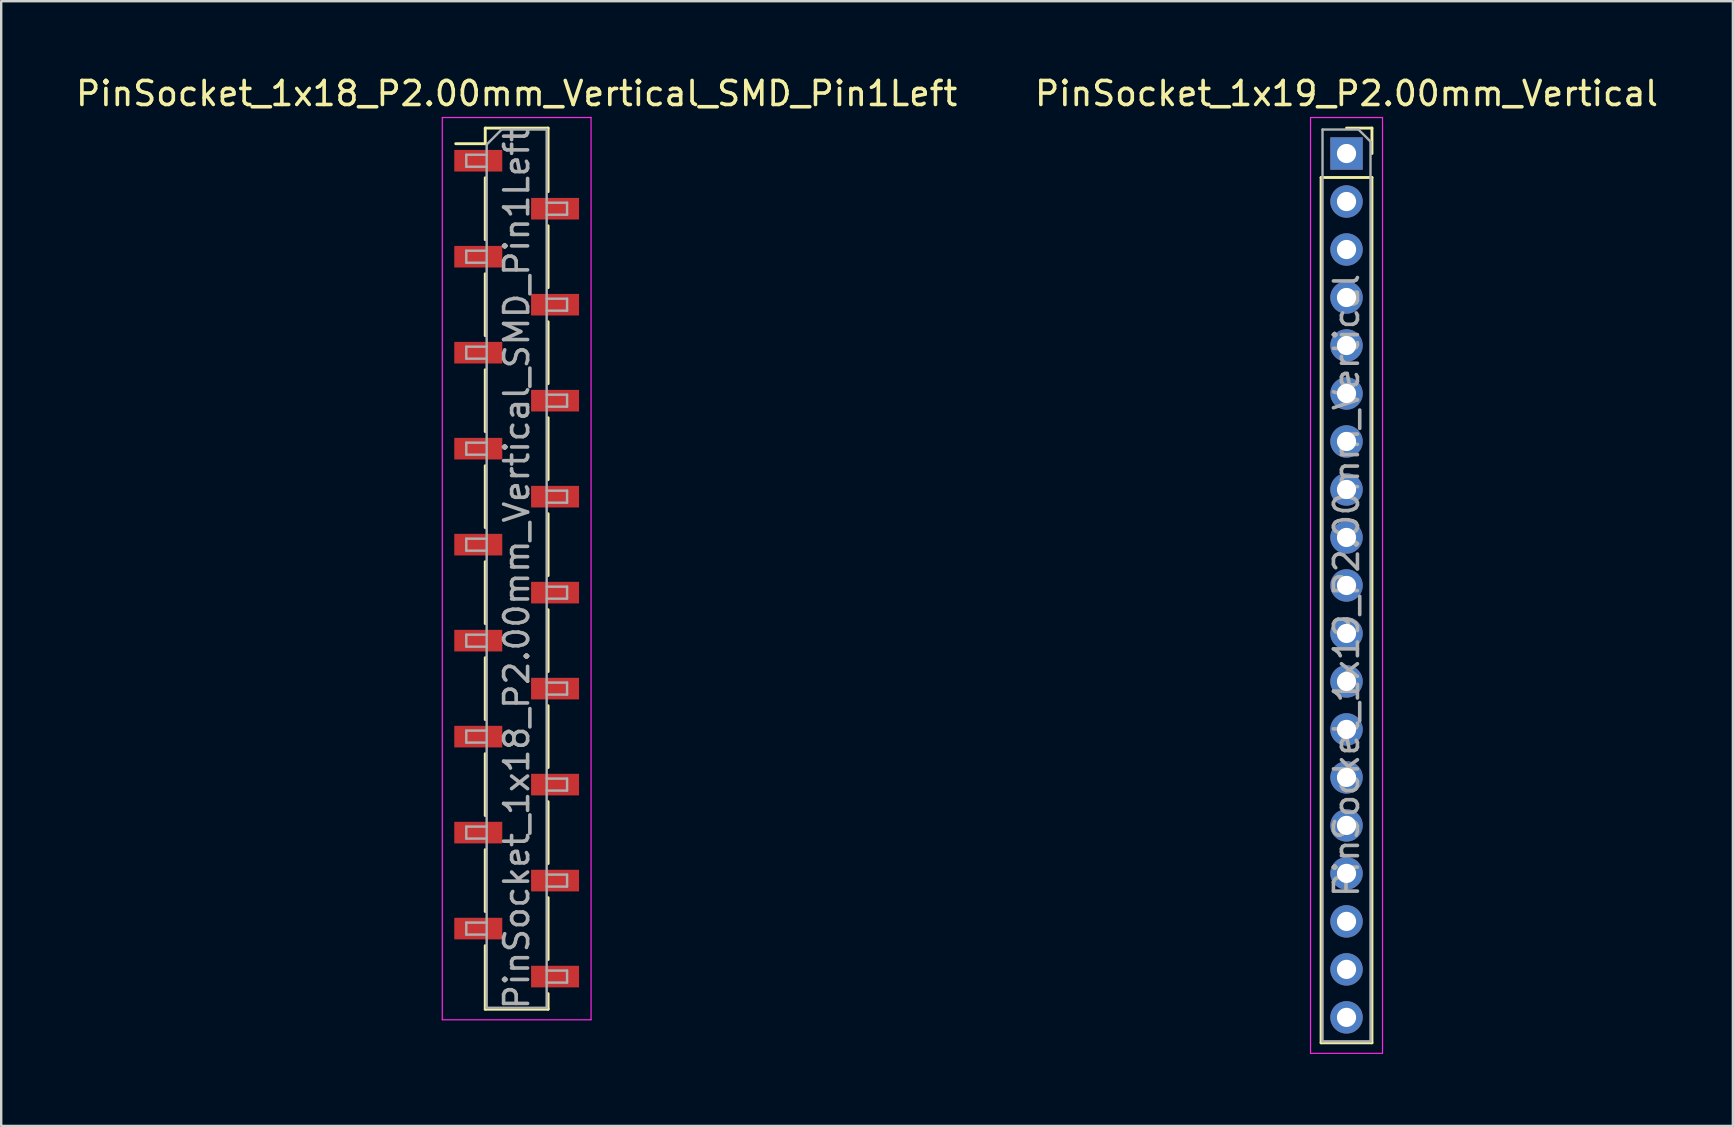
<source format=kicad_pcb>
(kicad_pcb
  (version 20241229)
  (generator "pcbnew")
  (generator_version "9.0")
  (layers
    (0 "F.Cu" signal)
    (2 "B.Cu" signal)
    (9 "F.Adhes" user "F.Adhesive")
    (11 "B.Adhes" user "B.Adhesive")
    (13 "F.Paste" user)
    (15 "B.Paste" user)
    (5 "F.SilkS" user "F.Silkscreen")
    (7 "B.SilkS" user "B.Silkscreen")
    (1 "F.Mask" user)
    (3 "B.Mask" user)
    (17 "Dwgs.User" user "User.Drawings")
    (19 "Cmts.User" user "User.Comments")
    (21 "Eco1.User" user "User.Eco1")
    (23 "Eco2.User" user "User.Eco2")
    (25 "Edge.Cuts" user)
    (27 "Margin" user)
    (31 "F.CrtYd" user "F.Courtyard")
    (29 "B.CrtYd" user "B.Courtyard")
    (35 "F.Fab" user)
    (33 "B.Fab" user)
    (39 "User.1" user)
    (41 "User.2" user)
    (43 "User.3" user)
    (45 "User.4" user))
  (footprint "PinSocket_1x19_P2.00mm_Vertical"
    (layer "F.Cu")
    (at 53.065 3.348)
    (property "Reference" "PinSocket_1x19_P2.00mm_Vertical" (at 0 -2.5 0) (layer "F.SilkS") (effects (font (size 1 1) (thickness 0.15))))
    (attr through_hole)
    (fp_line (start -1.06 1) (end -1.06 37.06) (stroke (width 0.12) (type solid)) (layer "F.SilkS"))
    (fp_line (start -1.06 1) (end 1.06 1) (stroke (width 0.12) (type solid)) (layer "F.SilkS"))
    (fp_line (start -1.06 37.06) (end 1.06 37.06) (stroke (width 0.12) (type solid)) (layer "F.SilkS"))
    (fp_line (start 0 -1.06) (end 1.06 -1.06) (stroke (width 0.12) (type solid)) (layer "F.SilkS"))
    (fp_line (start 1.06 -1.06) (end 1.06 0) (stroke (width 0.12) (type solid)) (layer "F.SilkS"))
    (fp_line (start 1.06 1) (end 1.06 37.06) (stroke (width 0.12) (type solid)) (layer "F.SilkS"))
    (fp_line (start -1.5 -1.5) (end 1.5 -1.5) (stroke (width 0.05) (type solid)) (layer "F.CrtYd"))
    (fp_line (start -1.5 37.5) (end -1.5 -1.5) (stroke (width 0.05) (type solid)) (layer "F.CrtYd"))
    (fp_line (start 1.5 -1.5) (end 1.5 37.5) (stroke (width 0.05) (type solid)) (layer "F.CrtYd"))
    (fp_line (start 1.5 37.5) (end -1.5 37.5) (stroke (width 0.05) (type solid)) (layer "F.CrtYd"))
    (fp_line (start -1 -1) (end 0.5 -1) (stroke (width 0.1) (type solid)) (layer "F.Fab"))
    (fp_line (start -1 37) (end -1 -1) (stroke (width 0.1) (type solid)) (layer "F.Fab"))
    (fp_line (start 0.5 -1) (end 1 -0.5) (stroke (width 0.1) (type solid)) (layer "F.Fab"))
    (fp_line (start 1 -0.5) (end 1 37) (stroke (width 0.1) (type solid)) (layer "F.Fab"))
    (fp_line (start 1 37) (end -1 37) (stroke (width 0.1) (type solid)) (layer "F.Fab"))
    (fp_text user "${REFERENCE}" (at 0 18 90) (layer "F.Fab") (effects (font (size 1 1) (thickness 0.15))))
    (pad "1" thru_hole rect (at 0 0) (size 1.35 1.35) (drill 0.8) (layers "*.Cu" "*.Mask"))
    (pad "2" thru_hole oval (at 0 2) (size 1.35 1.35) (drill 0.8) (layers "*.Cu" "*.Mask"))
    (pad "3" thru_hole oval (at 0 4) (size 1.35 1.35) (drill 0.8) (layers "*.Cu" "*.Mask"))
    (pad "4" thru_hole oval (at 0 6) (size 1.35 1.35) (drill 0.8) (layers "*.Cu" "*.Mask"))
    (pad "5" thru_hole oval (at 0 8) (size 1.35 1.35) (drill 0.8) (layers "*.Cu" "*.Mask"))
    (pad "6" thru_hole oval (at 0 10) (size 1.35 1.35) (drill 0.8) (layers "*.Cu" "*.Mask"))
    (pad "7" thru_hole oval (at 0 12) (size 1.35 1.35) (drill 0.8) (layers "*.Cu" "*.Mask"))
    (pad "8" thru_hole oval (at 0 14) (size 1.35 1.35) (drill 0.8) (layers "*.Cu" "*.Mask"))
    (pad "9" thru_hole oval (at 0 16) (size 1.35 1.35) (drill 0.8) (layers "*.Cu" "*.Mask"))
    (pad "10" thru_hole oval (at 0 18) (size 1.35 1.35) (drill 0.8) (layers "*.Cu" "*.Mask"))
    (pad "11" thru_hole oval (at 0 20) (size 1.35 1.35) (drill 0.8) (layers "*.Cu" "*.Mask"))
    (pad "12" thru_hole oval (at 0 22) (size 1.35 1.35) (drill 0.8) (layers "*.Cu" "*.Mask"))
    (pad "13" thru_hole oval (at 0 24) (size 1.35 1.35) (drill 0.8) (layers "*.Cu" "*.Mask"))
    (pad "14" thru_hole oval (at 0 26) (size 1.35 1.35) (drill 0.8) (layers "*.Cu" "*.Mask"))
    (pad "15" thru_hole oval (at 0 28) (size 1.35 1.35) (drill 0.8) (layers "*.Cu" "*.Mask"))
    (pad "16" thru_hole oval (at 0 30) (size 1.35 1.35) (drill 0.8) (layers "*.Cu" "*.Mask"))
    (pad "17" thru_hole oval (at 0 32) (size 1.35 1.35) (drill 0.8) (layers "*.Cu" "*.Mask"))
    (pad "18" thru_hole oval (at 0 34) (size 1.35 1.35) (drill 0.8) (layers "*.Cu" "*.Mask"))
    (pad "19" thru_hole oval (at 0 36) (size 1.35 1.35) (drill 0.8) (layers "*.Cu" "*.Mask")))
  (footprint "PinSocket_1x18_P2.00mm_Vertical_SMD_Pin1Left"
    (layer "F.Cu")
    (at 18.482 20.648)
    (property "Reference" "PinSocket_1x18_P2.00mm_Vertical_SMD_Pin1Left" (at 0 -19.8 0) (layer "F.SilkS") (effects (font (size 1 1) (thickness 0.15))))
    (attr smd)
    (fp_line (start -2.54 -17.71) (end -1.31 -17.71) (stroke (width 0.12) (type solid)) (layer "F.SilkS"))
    (fp_line (start -1.31 -18.36) (end -1.31 -17.71) (stroke (width 0.12) (type solid)) (layer "F.SilkS"))
    (fp_line (start -1.31 -18.36) (end 1.31 -18.36) (stroke (width 0.12) (type solid)) (layer "F.SilkS"))
    (fp_line (start -1.31 -16.29) (end -1.31 -13.71) (stroke (width 0.12) (type solid)) (layer "F.SilkS"))
    (fp_line (start -1.31 -12.29) (end -1.31 -9.71) (stroke (width 0.12) (type solid)) (layer "F.SilkS"))
    (fp_line (start -1.31 -8.29) (end -1.31 -5.71) (stroke (width 0.12) (type solid)) (layer "F.SilkS"))
    (fp_line (start -1.31 -4.29) (end -1.31 -1.71) (stroke (width 0.12) (type solid)) (layer "F.SilkS"))
    (fp_line (start -1.31 -0.29) (end -1.31 2.29) (stroke (width 0.12) (type solid)) (layer "F.SilkS"))
    (fp_line (start -1.31 3.71) (end -1.31 6.29) (stroke (width 0.12) (type solid)) (layer "F.SilkS"))
    (fp_line (start -1.31 7.71) (end -1.31 10.29) (stroke (width 0.12) (type solid)) (layer "F.SilkS"))
    (fp_line (start -1.31 11.71) (end -1.31 14.29) (stroke (width 0.12) (type solid)) (layer "F.SilkS"))
    (fp_line (start -1.31 15.71) (end -1.31 18.36) (stroke (width 0.12) (type solid)) (layer "F.SilkS"))
    (fp_line (start -1.31 18.36) (end 1.31 18.36) (stroke (width 0.12) (type solid)) (layer "F.SilkS"))
    (fp_line (start 1.31 -18.36) (end 1.31 -15.71) (stroke (width 0.12) (type solid)) (layer "F.SilkS"))
    (fp_line (start 1.31 -14.29) (end 1.31 -11.71) (stroke (width 0.12) (type solid)) (layer "F.SilkS"))
    (fp_line (start 1.31 -10.29) (end 1.31 -7.71) (stroke (width 0.12) (type solid)) (layer "F.SilkS"))
    (fp_line (start 1.31 -6.29) (end 1.31 -3.71) (stroke (width 0.12) (type solid)) (layer "F.SilkS"))
    (fp_line (start 1.31 -2.29) (end 1.31 0.29) (stroke (width 0.12) (type solid)) (layer "F.SilkS"))
    (fp_line (start 1.31 1.71) (end 1.31 4.29) (stroke (width 0.12) (type solid)) (layer "F.SilkS"))
    (fp_line (start 1.31 5.71) (end 1.31 8.29) (stroke (width 0.12) (type solid)) (layer "F.SilkS"))
    (fp_line (start 1.31 9.71) (end 1.31 12.29) (stroke (width 0.12) (type solid)) (layer "F.SilkS"))
    (fp_line (start 1.31 13.71) (end 1.31 16.29) (stroke (width 0.12) (type solid)) (layer "F.SilkS"))
    (fp_line (start 1.31 17.71) (end 1.31 18.36) (stroke (width 0.12) (type solid)) (layer "F.SilkS"))
    (fp_line (start -3.1 -18.8) (end 3.1 -18.8) (stroke (width 0.05) (type solid)) (layer "F.CrtYd"))
    (fp_line (start -3.1 18.8) (end -3.1 -18.8) (stroke (width 0.05) (type solid)) (layer "F.CrtYd"))
    (fp_line (start 3.1 -18.8) (end 3.1 18.8) (stroke (width 0.05) (type solid)) (layer "F.CrtYd"))
    (fp_line (start 3.1 18.8) (end -3.1 18.8) (stroke (width 0.05) (type solid)) (layer "F.CrtYd"))
    (fp_line (start -2.1 -17.25) (end -1.25 -17.25) (stroke (width 0.1) (type solid)) (layer "F.Fab"))
    (fp_line (start -2.1 -16.75) (end -2.1 -17.25) (stroke (width 0.1) (type solid)) (layer "F.Fab"))
    (fp_line (start -2.1 -13.25) (end -1.25 -13.25) (stroke (width 0.1) (type solid)) (layer "F.Fab"))
    (fp_line (start -2.1 -12.75) (end -2.1 -13.25) (stroke (width 0.1) (type solid)) (layer "F.Fab"))
    (fp_line (start -2.1 -9.25) (end -1.25 -9.25) (stroke (width 0.1) (type solid)) (layer "F.Fab"))
    (fp_line (start -2.1 -8.75) (end -2.1 -9.25) (stroke (width 0.1) (type solid)) (layer "F.Fab"))
    (fp_line (start -2.1 -5.25) (end -1.25 -5.25) (stroke (width 0.1) (type solid)) (layer "F.Fab"))
    (fp_line (start -2.1 -4.75) (end -2.1 -5.25) (stroke (width 0.1) (type solid)) (layer "F.Fab"))
    (fp_line (start -2.1 -1.25) (end -1.25 -1.25) (stroke (width 0.1) (type solid)) (layer "F.Fab"))
    (fp_line (start -2.1 -0.75) (end -2.1 -1.25) (stroke (width 0.1) (type solid)) (layer "F.Fab"))
    (fp_line (start -2.1 2.75) (end -1.25 2.75) (stroke (width 0.1) (type solid)) (layer "F.Fab"))
    (fp_line (start -2.1 3.25) (end -2.1 2.75) (stroke (width 0.1) (type solid)) (layer "F.Fab"))
    (fp_line (start -2.1 6.75) (end -1.25 6.75) (stroke (width 0.1) (type solid)) (layer "F.Fab"))
    (fp_line (start -2.1 7.25) (end -2.1 6.75) (stroke (width 0.1) (type solid)) (layer "F.Fab"))
    (fp_line (start -2.1 10.75) (end -1.25 10.75) (stroke (width 0.1) (type solid)) (layer "F.Fab"))
    (fp_line (start -2.1 11.25) (end -2.1 10.75) (stroke (width 0.1) (type solid)) (layer "F.Fab"))
    (fp_line (start -2.1 14.75) (end -1.25 14.75) (stroke (width 0.1) (type solid)) (layer "F.Fab"))
    (fp_line (start -2.1 15.25) (end -2.1 14.75) (stroke (width 0.1) (type solid)) (layer "F.Fab"))
    (fp_line (start -1.25 -17.675) (end -0.625 -18.3) (stroke (width 0.1) (type solid)) (layer "F.Fab"))
    (fp_line (start -1.25 -16.75) (end -2.1 -16.75) (stroke (width 0.1) (type solid)) (layer "F.Fab"))
    (fp_line (start -1.25 -12.75) (end -2.1 -12.75) (stroke (width 0.1) (type solid)) (layer "F.Fab"))
    (fp_line (start -1.25 -8.75) (end -2.1 -8.75) (stroke (width 0.1) (type solid)) (layer "F.Fab"))
    (fp_line (start -1.25 -4.75) (end -2.1 -4.75) (stroke (width 0.1) (type solid)) (layer "F.Fab"))
    (fp_line (start -1.25 -0.75) (end -2.1 -0.75) (stroke (width 0.1) (type solid)) (layer "F.Fab"))
    (fp_line (start -1.25 3.25) (end -2.1 3.25) (stroke (width 0.1) (type solid)) (layer "F.Fab"))
    (fp_line (start -1.25 7.25) (end -2.1 7.25) (stroke (width 0.1) (type solid)) (layer "F.Fab"))
    (fp_line (start -1.25 11.25) (end -2.1 11.25) (stroke (width 0.1) (type solid)) (layer "F.Fab"))
    (fp_line (start -1.25 15.25) (end -2.1 15.25) (stroke (width 0.1) (type solid)) (layer "F.Fab"))
    (fp_line (start -1.25 18.3) (end -1.25 -17.675) (stroke (width 0.1) (type solid)) (layer "F.Fab"))
    (fp_line (start -0.625 -18.3) (end 1.25 -18.3) (stroke (width 0.1) (type solid)) (layer "F.Fab"))
    (fp_line (start 1.25 -18.3) (end 1.25 18.3) (stroke (width 0.1) (type solid)) (layer "F.Fab"))
    (fp_line (start 1.25 -15.25) (end 2.1 -15.25) (stroke (width 0.1) (type solid)) (layer "F.Fab"))
    (fp_line (start 1.25 -11.25) (end 2.1 -11.25) (stroke (width 0.1) (type solid)) (layer "F.Fab"))
    (fp_line (start 1.25 -7.25) (end 2.1 -7.25) (stroke (width 0.1) (type solid)) (layer "F.Fab"))
    (fp_line (start 1.25 -3.25) (end 2.1 -3.25) (stroke (width 0.1) (type solid)) (layer "F.Fab"))
    (fp_line (start 1.25 0.75) (end 2.1 0.75) (stroke (width 0.1) (type solid)) (layer "F.Fab"))
    (fp_line (start 1.25 4.75) (end 2.1 4.75) (stroke (width 0.1) (type solid)) (layer "F.Fab"))
    (fp_line (start 1.25 8.75) (end 2.1 8.75) (stroke (width 0.1) (type solid)) (layer "F.Fab"))
    (fp_line (start 1.25 12.75) (end 2.1 12.75) (stroke (width 0.1) (type solid)) (layer "F.Fab"))
    (fp_line (start 1.25 16.75) (end 2.1 16.75) (stroke (width 0.1) (type solid)) (layer "F.Fab"))
    (fp_line (start 1.25 18.3) (end -1.25 18.3) (stroke (width 0.1) (type solid)) (layer "F.Fab"))
    (fp_line (start 2.1 -15.25) (end 2.1 -14.75) (stroke (width 0.1) (type solid)) (layer "F.Fab"))
    (fp_line (start 2.1 -14.75) (end 1.25 -14.75) (stroke (width 0.1) (type solid)) (layer "F.Fab"))
    (fp_line (start 2.1 -11.25) (end 2.1 -10.75) (stroke (width 0.1) (type solid)) (layer "F.Fab"))
    (fp_line (start 2.1 -10.75) (end 1.25 -10.75) (stroke (width 0.1) (type solid)) (layer "F.Fab"))
    (fp_line (start 2.1 -7.25) (end 2.1 -6.75) (stroke (width 0.1) (type solid)) (layer "F.Fab"))
    (fp_line (start 2.1 -6.75) (end 1.25 -6.75) (stroke (width 0.1) (type solid)) (layer "F.Fab"))
    (fp_line (start 2.1 -3.25) (end 2.1 -2.75) (stroke (width 0.1) (type solid)) (layer "F.Fab"))
    (fp_line (start 2.1 -2.75) (end 1.25 -2.75) (stroke (width 0.1) (type solid)) (layer "F.Fab"))
    (fp_line (start 2.1 0.75) (end 2.1 1.25) (stroke (width 0.1) (type solid)) (layer "F.Fab"))
    (fp_line (start 2.1 1.25) (end 1.25 1.25) (stroke (width 0.1) (type solid)) (layer "F.Fab"))
    (fp_line (start 2.1 4.75) (end 2.1 5.25) (stroke (width 0.1) (type solid)) (layer "F.Fab"))
    (fp_line (start 2.1 5.25) (end 1.25 5.25) (stroke (width 0.1) (type solid)) (layer "F.Fab"))
    (fp_line (start 2.1 8.75) (end 2.1 9.25) (stroke (width 0.1) (type solid)) (layer "F.Fab"))
    (fp_line (start 2.1 9.25) (end 1.25 9.25) (stroke (width 0.1) (type solid)) (layer "F.Fab"))
    (fp_line (start 2.1 12.75) (end 2.1 13.25) (stroke (width 0.1) (type solid)) (layer "F.Fab"))
    (fp_line (start 2.1 13.25) (end 1.25 13.25) (stroke (width 0.1) (type solid)) (layer "F.Fab"))
    (fp_line (start 2.1 16.75) (end 2.1 17.25) (stroke (width 0.1) (type solid)) (layer "F.Fab"))
    (fp_line (start 2.1 17.25) (end 1.25 17.25) (stroke (width 0.1) (type solid)) (layer "F.Fab"))
    (fp_text user "${REFERENCE}" (at 0 0 90) (layer "F.Fab") (effects (font (size 1 1) (thickness 0.15))))
    (pad "1" smd rect (at -1.6 -17) (size 2 0.9) (layers "F.Cu" "F.Mask" "F.Paste"))
    (pad "2" smd rect (at 1.6 -15) (size 2 0.9) (layers "F.Cu" "F.Mask" "F.Paste"))
    (pad "3" smd rect (at -1.6 -13) (size 2 0.9) (layers "F.Cu" "F.Mask" "F.Paste"))
    (pad "4" smd rect (at 1.6 -11) (size 2 0.9) (layers "F.Cu" "F.Mask" "F.Paste"))
    (pad "5" smd rect (at -1.6 -9) (size 2 0.9) (layers "F.Cu" "F.Mask" "F.Paste"))
    (pad "6" smd rect (at 1.6 -7) (size 2 0.9) (layers "F.Cu" "F.Mask" "F.Paste"))
    (pad "7" smd rect (at -1.6 -5) (size 2 0.9) (layers "F.Cu" "F.Mask" "F.Paste"))
    (pad "8" smd rect (at 1.6 -3) (size 2 0.9) (layers "F.Cu" "F.Mask" "F.Paste"))
    (pad "9" smd rect (at -1.6 -1) (size 2 0.9) (layers "F.Cu" "F.Mask" "F.Paste"))
    (pad "10" smd rect (at 1.6 1) (size 2 0.9) (layers "F.Cu" "F.Mask" "F.Paste"))
    (pad "11" smd rect (at -1.6 3) (size 2 0.9) (layers "F.Cu" "F.Mask" "F.Paste"))
    (pad "12" smd rect (at 1.6 5) (size 2 0.9) (layers "F.Cu" "F.Mask" "F.Paste"))
    (pad "13" smd rect (at -1.6 7) (size 2 0.9) (layers "F.Cu" "F.Mask" "F.Paste"))
    (pad "14" smd rect (at 1.6 9) (size 2 0.9) (layers "F.Cu" "F.Mask" "F.Paste"))
    (pad "15" smd rect (at -1.6 11) (size 2 0.9) (layers "F.Cu" "F.Mask" "F.Paste"))
    (pad "16" smd rect (at 1.6 13) (size 2 0.9) (layers "F.Cu" "F.Mask" "F.Paste"))
    (pad "17" smd rect (at -1.6 15) (size 2 0.9) (layers "F.Cu" "F.Mask" "F.Paste"))
    (pad "18" smd rect (at 1.6 17) (size 2 0.9) (layers "F.Cu" "F.Mask" "F.Paste")))
  (gr_rect
    (start -3 -3)
    (end 69.167 43.873)
    (stroke (width 0.1) (type default))
    (fill no)
    (layer "Edge.Cuts")))
</source>
